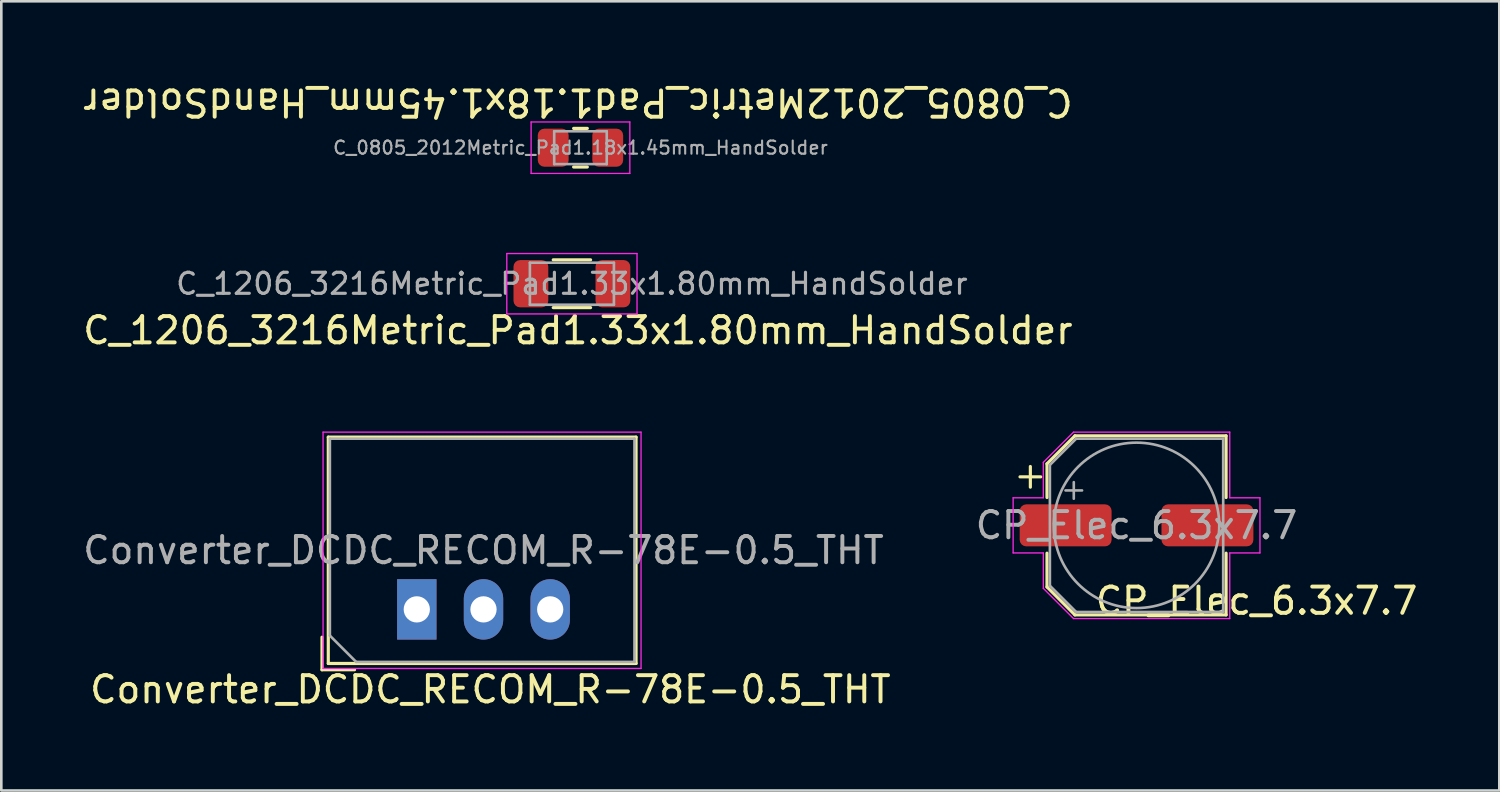
<source format=kicad_pcb>
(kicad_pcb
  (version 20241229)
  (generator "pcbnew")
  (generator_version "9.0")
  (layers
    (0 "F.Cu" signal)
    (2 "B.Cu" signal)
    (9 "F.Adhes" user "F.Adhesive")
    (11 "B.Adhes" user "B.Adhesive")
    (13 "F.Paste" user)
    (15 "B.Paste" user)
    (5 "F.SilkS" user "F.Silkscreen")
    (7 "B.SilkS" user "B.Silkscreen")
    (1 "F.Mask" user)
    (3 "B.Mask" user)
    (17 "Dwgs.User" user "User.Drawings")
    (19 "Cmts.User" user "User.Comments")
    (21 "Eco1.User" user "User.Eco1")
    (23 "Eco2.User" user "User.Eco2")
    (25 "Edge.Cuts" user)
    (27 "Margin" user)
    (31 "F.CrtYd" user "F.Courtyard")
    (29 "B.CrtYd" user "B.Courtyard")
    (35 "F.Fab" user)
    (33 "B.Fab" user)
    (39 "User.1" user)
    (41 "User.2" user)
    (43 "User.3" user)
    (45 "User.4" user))
  (footprint "CP_Elec_6.3x7.7"
    (layer "F.Cu")
    (at 40.233 16.957)
    (property "Reference" "CP_Elec_6.3x7.7" (at 4.572 2.876 0) (layer "F.SilkS") (effects (font (size 1 1) (thickness 0.15))))
    (attr smd)
    (fp_line (start -4.438 -1.847) (end -3.65 -1.847) (stroke (width 0.12) (type solid)) (layer "F.SilkS"))
    (fp_line (start -4.044 -2.241) (end -4.044 -1.454) (stroke (width 0.12) (type solid)) (layer "F.SilkS"))
    (fp_line (start -3.41 -2.346) (end -3.41 -1.06) (stroke (width 0.12) (type solid)) (layer "F.SilkS"))
    (fp_line (start -3.41 -2.346) (end -2.346 -3.41) (stroke (width 0.12) (type solid)) (layer "F.SilkS"))
    (fp_line (start -3.41 2.346) (end -3.41 1.06) (stroke (width 0.12) (type solid)) (layer "F.SilkS"))
    (fp_line (start -3.41 2.346) (end -2.346 3.41) (stroke (width 0.12) (type solid)) (layer "F.SilkS"))
    (fp_line (start -2.346 -3.41) (end 3.41 -3.41) (stroke (width 0.12) (type solid)) (layer "F.SilkS"))
    (fp_line (start -2.346 3.41) (end 3.41 3.41) (stroke (width 0.12) (type solid)) (layer "F.SilkS"))
    (fp_line (start 3.41 -3.41) (end 3.41 -1.06) (stroke (width 0.12) (type solid)) (layer "F.SilkS"))
    (fp_line (start 3.41 3.41) (end 3.41 1.06) (stroke (width 0.12) (type solid)) (layer "F.SilkS"))
    (fp_line (start -4.7 -1.05) (end -4.7 1.05) (stroke (width 0.05) (type solid)) (layer "F.CrtYd"))
    (fp_line (start -4.7 1.05) (end -3.55 1.05) (stroke (width 0.05) (type solid)) (layer "F.CrtYd"))
    (fp_line (start -3.55 -2.4) (end -3.55 -1.05) (stroke (width 0.05) (type solid)) (layer "F.CrtYd"))
    (fp_line (start -3.55 -2.4) (end -2.4 -3.55) (stroke (width 0.05) (type solid)) (layer "F.CrtYd"))
    (fp_line (start -3.55 -1.05) (end -4.7 -1.05) (stroke (width 0.05) (type solid)) (layer "F.CrtYd"))
    (fp_line (start -3.55 1.05) (end -3.55 2.4) (stroke (width 0.05) (type solid)) (layer "F.CrtYd"))
    (fp_line (start -3.55 2.4) (end -2.4 3.55) (stroke (width 0.05) (type solid)) (layer "F.CrtYd"))
    (fp_line (start -2.4 -3.55) (end 3.55 -3.55) (stroke (width 0.05) (type solid)) (layer "F.CrtYd"))
    (fp_line (start -2.4 3.55) (end 3.55 3.55) (stroke (width 0.05) (type solid)) (layer "F.CrtYd"))
    (fp_line (start 3.55 -3.55) (end 3.55 -1.05) (stroke (width 0.05) (type solid)) (layer "F.CrtYd"))
    (fp_line (start 3.55 -1.05) (end 4.7 -1.05) (stroke (width 0.05) (type solid)) (layer "F.CrtYd"))
    (fp_line (start 3.55 1.05) (end 3.55 3.55) (stroke (width 0.05) (type solid)) (layer "F.CrtYd"))
    (fp_line (start 4.7 -1.05) (end 4.7 1.05) (stroke (width 0.05) (type solid)) (layer "F.CrtYd"))
    (fp_line (start 4.7 1.05) (end 3.55 1.05) (stroke (width 0.05) (type solid)) (layer "F.CrtYd"))
    (fp_line (start -3.3 -2.3) (end -3.3 2.3) (stroke (width 0.1) (type solid)) (layer "F.Fab"))
    (fp_line (start -3.3 -2.3) (end -2.3 -3.3) (stroke (width 0.1) (type solid)) (layer "F.Fab"))
    (fp_line (start -3.3 2.3) (end -2.3 3.3) (stroke (width 0.1) (type solid)) (layer "F.Fab"))
    (fp_line (start -2.705 -1.33) (end -2.075 -1.33) (stroke (width 0.1) (type solid)) (layer "F.Fab"))
    (fp_line (start -2.39 -1.645) (end -2.39 -1.015) (stroke (width 0.1) (type solid)) (layer "F.Fab"))
    (fp_line (start -2.3 -3.3) (end 3.3 -3.3) (stroke (width 0.1) (type solid)) (layer "F.Fab"))
    (fp_line (start -2.3 3.3) (end 3.3 3.3) (stroke (width 0.1) (type solid)) (layer "F.Fab"))
    (fp_line (start 3.3 -3.3) (end 3.3 3.3) (stroke (width 0.1) (type solid)) (layer "F.Fab"))
    (fp_circle (center 0 0) (end 3.15 0) (stroke (width 0.1) (type solid)) (fill no) (layer "F.Fab"))
    (fp_text user "${REFERENCE}" (at 0 0 0) (layer "F.Fab") (effects (font (size 1 1) (thickness 0.15))))
    (pad "1" smd roundrect (at -2.7 0) (size 3.5 1.6) (layers "F.Cu" "F.Mask" "F.Paste") (roundrect_rratio 0.156))
    (pad "2" smd roundrect (at 2.7 0) (size 3.5 1.6) (layers "F.Cu" "F.Mask" "F.Paste") (roundrect_rratio 0.156)))
  (footprint "Converter_DCDC_RECOM_R-78E-0.5_THT"
    (layer "F.Cu")
    (at 12.823 20.157)
    (property "Reference" "Converter_DCDC_RECOM_R-78E-0.5_THT" (at 2.803 3.05 0) (layer "F.SilkS") (effects (font (size 1 1) (thickness 0.15))))
    (attr through_hole)
    (fp_line (start -3.611 1.06) (end -3.611 2.3) (stroke (width 0.12) (type solid)) (layer "F.SilkS"))
    (fp_line (start -3.611 2.3) (end -2.371 2.3) (stroke (width 0.12) (type solid)) (layer "F.SilkS"))
    (fp_line (start -3.371 -6.56) (end -3.371 2.06) (stroke (width 0.12) (type solid)) (layer "F.SilkS"))
    (fp_line (start -3.371 -6.56) (end 8.35 -6.56) (stroke (width 0.12) (type solid)) (layer "F.SilkS"))
    (fp_line (start -3.371 2.06) (end 8.35 2.06) (stroke (width 0.12) (type solid)) (layer "F.SilkS"))
    (fp_line (start 8.35 -6.56) (end 8.35 2.06) (stroke (width 0.12) (type solid)) (layer "F.SilkS"))
    (fp_line (start -3.57 -6.75) (end -3.57 2.25) (stroke (width 0.05) (type solid)) (layer "F.CrtYd"))
    (fp_line (start -3.57 2.25) (end 8.54 2.25) (stroke (width 0.05) (type solid)) (layer "F.CrtYd"))
    (fp_line (start 8.54 -6.75) (end -3.57 -6.75) (stroke (width 0.05) (type solid)) (layer "F.CrtYd"))
    (fp_line (start 8.54 2.25) (end 8.54 -6.75) (stroke (width 0.05) (type solid)) (layer "F.CrtYd"))
    (fp_line (start -3.31 -6.5) (end 8.29 -6.5) (stroke (width 0.1) (type solid)) (layer "F.Fab"))
    (fp_line (start -3.31 1) (end -3.31 -6.5) (stroke (width 0.1) (type solid)) (layer "F.Fab"))
    (fp_line (start -2.31 2) (end -3.31 1) (stroke (width 0.1) (type solid)) (layer "F.Fab"))
    (fp_line (start 8.29 -6.5) (end 8.29 2) (stroke (width 0.1) (type solid)) (layer "F.Fab"))
    (fp_line (start 8.29 2) (end -2.31 2) (stroke (width 0.1) (type solid)) (layer "F.Fab"))
    (fp_text user "${REFERENCE}" (at 2.54 -2.25 0) (layer "F.Fab") (effects (font (size 1 1) (thickness 0.15))))
    (pad "1" thru_hole rect (at 0 0) (size 1.5 2.3) (drill 1) (layers "*.Cu" "*.Mask"))
    (pad "2" thru_hole oval (at 2.54 0) (size 1.5 2.3) (drill 1) (layers "*.Cu" "*.Mask"))
    (pad "3" thru_hole oval (at 5.08 0) (size 1.5 2.3) (drill 1) (layers "*.Cu" "*.Mask")))
  (footprint "C_1206_3216Metric_Pad1.33x1.80mm_HandSolder"
    (layer "F.Cu")
    (at 18.73 7.755)
    (property "Reference" "C_1206_3216Metric_Pad1.33x1.80mm_HandSolder" (at 0.229 1.778 180) (layer "F.SilkS") (effects (font (size 1 1) (thickness 0.15))))
    (attr smd)
    (fp_line (start 0.711 -0.91) (end -0.711 -0.91) (stroke (width 0.12) (type solid)) (layer "F.SilkS"))
    (fp_line (start 0.711 0.91) (end -0.711 0.91) (stroke (width 0.12) (type solid)) (layer "F.SilkS"))
    (fp_line (start -2.48 -1.15) (end -2.48 1.15) (stroke (width 0.05) (type solid)) (layer "F.CrtYd"))
    (fp_line (start -2.48 1.15) (end 2.48 1.15) (stroke (width 0.05) (type solid)) (layer "F.CrtYd"))
    (fp_line (start 2.48 -1.15) (end -2.48 -1.15) (stroke (width 0.05) (type solid)) (layer "F.CrtYd"))
    (fp_line (start 2.48 1.15) (end 2.48 -1.15) (stroke (width 0.05) (type solid)) (layer "F.CrtYd"))
    (fp_line (start -1.6 -0.8) (end -1.6 0.8) (stroke (width 0.1) (type solid)) (layer "F.Fab"))
    (fp_line (start -1.6 0.8) (end 1.6 0.8) (stroke (width 0.1) (type solid)) (layer "F.Fab"))
    (fp_line (start 1.6 -0.8) (end -1.6 -0.8) (stroke (width 0.1) (type solid)) (layer "F.Fab"))
    (fp_line (start 1.6 0.8) (end 1.6 -0.8) (stroke (width 0.1) (type solid)) (layer "F.Fab"))
    (fp_text user "${REFERENCE}" (at 0 0 180) (layer "F.Fab") (effects (font (size 0.8 0.8) (thickness 0.12))))
    (pad "1" smd roundrect (at -1.562 0) (size 1.325 1.8) (layers "F.Cu" "F.Mask" "F.Paste") (roundrect_rratio 0.189))
    (pad "2" smd roundrect (at 1.562 0) (size 1.325 1.8) (layers "F.Cu" "F.Mask" "F.Paste") (roundrect_rratio 0.189)))
  (footprint "C_0805_2012Metric_Pad1.18x1.45mm_HandSolder"
    (layer "F.Cu")
    (at 19.056 2.575)
    (property "Reference" "C_0805_2012Metric_Pad1.18x1.45mm_HandSolder" (at -0.098 -1.727 180) (unlocked yes) (layer "F.SilkS") (effects (font (size 1 1) (thickness 0.15))))
    (attr smd)
    (fp_line (start 0.261 -0.735) (end -0.261 -0.735) (stroke (width 0.12) (type solid)) (layer "F.SilkS"))
    (fp_line (start 0.261 0.735) (end -0.261 0.735) (stroke (width 0.12) (type solid)) (layer "F.SilkS"))
    (fp_line (start -1.88 -0.98) (end -1.88 0.98) (stroke (width 0.05) (type solid)) (layer "F.CrtYd"))
    (fp_line (start -1.88 0.98) (end 1.88 0.98) (stroke (width 0.05) (type solid)) (layer "F.CrtYd"))
    (fp_line (start 1.88 -0.98) (end -1.88 -0.98) (stroke (width 0.05) (type solid)) (layer "F.CrtYd"))
    (fp_line (start 1.88 0.98) (end 1.88 -0.98) (stroke (width 0.05) (type solid)) (layer "F.CrtYd"))
    (fp_line (start -1 -0.625) (end -1 0.625) (stroke (width 0.1) (type solid)) (layer "F.Fab"))
    (fp_line (start -1 0.625) (end 1 0.625) (stroke (width 0.1) (type solid)) (layer "F.Fab"))
    (fp_line (start 1 -0.625) (end -1 -0.625) (stroke (width 0.1) (type solid)) (layer "F.Fab"))
    (fp_line (start 1 0.625) (end 1 -0.625) (stroke (width 0.1) (type solid)) (layer "F.Fab"))
    (fp_text user "${REFERENCE}" (at 0 0 0) (layer "F.Fab") (effects (font (size 0.5 0.5) (thickness 0.08))))
    (pad "1" smd roundrect (at -1.038 0) (size 1.175 1.45) (layers "F.Cu" "F.Mask" "F.Paste") (roundrect_rratio 0.213))
    (pad "2" smd roundrect (at 1.038 0) (size 1.175 1.45) (layers "F.Cu" "F.Mask" "F.Paste") (roundrect_rratio 0.213)))
  (gr_rect
    (start -3 -3)
    (end 54.048 27.055)
    (stroke (width 0.1) (type default))
    (fill no)
    (layer "Edge.Cuts")))
</source>
